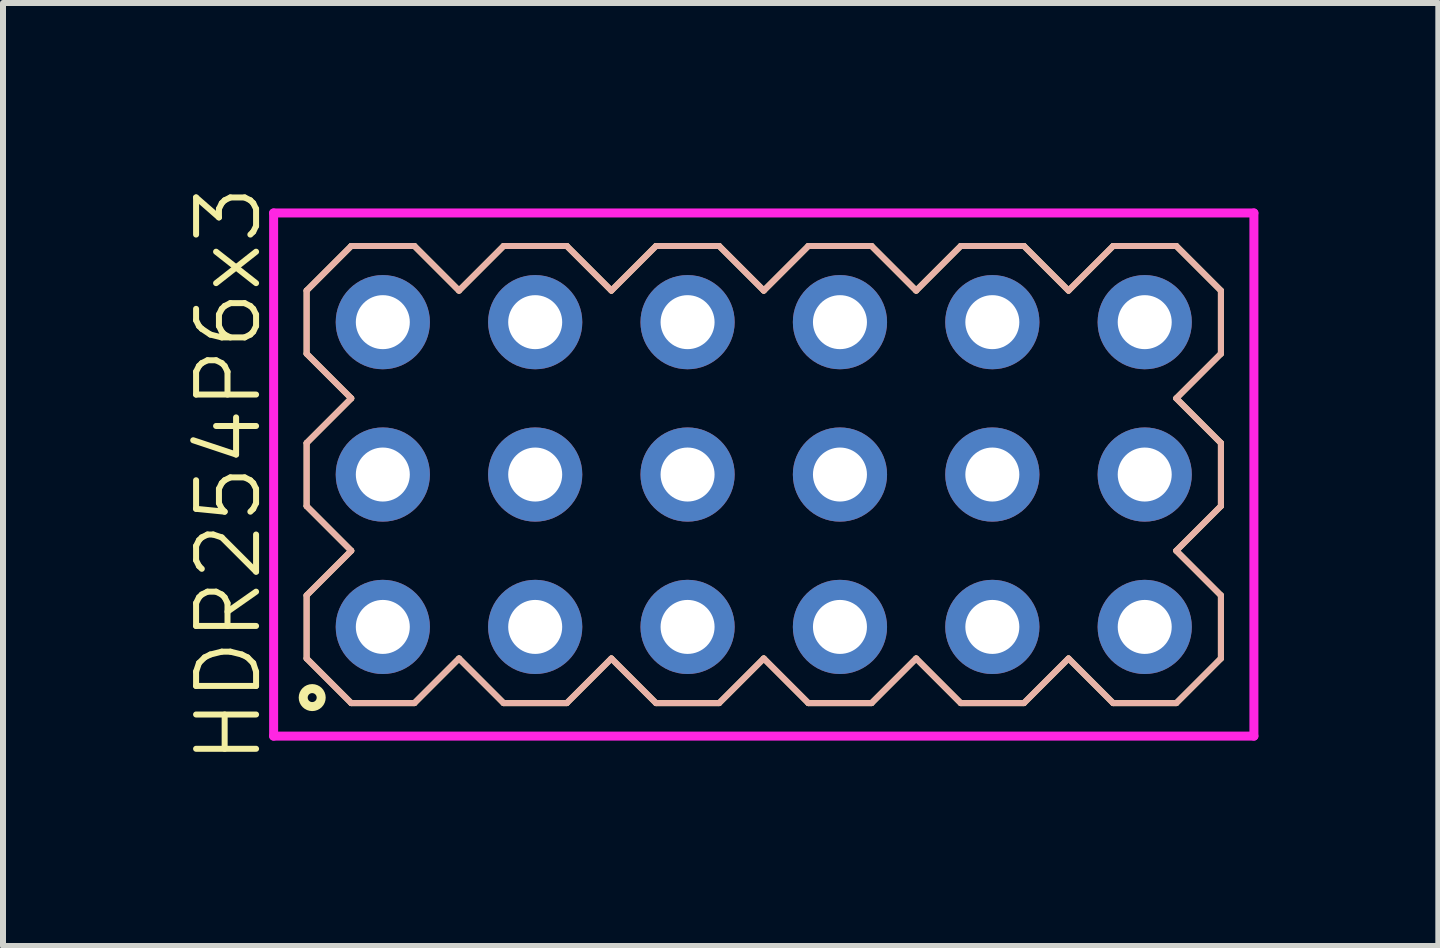
<source format=kicad_pcb>
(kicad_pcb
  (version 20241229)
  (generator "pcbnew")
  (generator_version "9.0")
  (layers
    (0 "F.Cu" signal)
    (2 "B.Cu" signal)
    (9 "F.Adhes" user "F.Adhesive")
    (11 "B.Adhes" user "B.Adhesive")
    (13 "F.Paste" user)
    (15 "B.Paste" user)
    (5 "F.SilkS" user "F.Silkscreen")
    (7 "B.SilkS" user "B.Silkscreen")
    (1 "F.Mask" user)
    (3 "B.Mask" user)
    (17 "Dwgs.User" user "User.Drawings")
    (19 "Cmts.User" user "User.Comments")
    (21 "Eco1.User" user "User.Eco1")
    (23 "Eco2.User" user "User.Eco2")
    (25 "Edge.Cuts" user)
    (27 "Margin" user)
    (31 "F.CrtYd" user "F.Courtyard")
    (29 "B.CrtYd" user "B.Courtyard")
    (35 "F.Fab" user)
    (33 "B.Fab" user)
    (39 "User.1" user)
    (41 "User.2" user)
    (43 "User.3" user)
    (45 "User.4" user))
  (footprint "HDR254P6x3"
    (layer "F.Cu")
    (at 9.681 4.86)
    (property "Reference" "HDR254P6x3" (at -8.92 0 90) (layer "F.SilkS") (effects (font (size 1 1) (thickness 0.1))))
    (attr through_hole)
    (fp_line (start -7.62 -3.066) (end -6.876 -3.81) (stroke (width 0.1) (type solid)) (layer "F.SilkS"))
    (fp_line (start -7.62 -2.014) (end -7.62 -3.066) (stroke (width 0.1) (type solid)) (layer "F.SilkS"))
    (fp_line (start -7.62 -0.526) (end -6.876 -1.27) (stroke (width 0.1) (type solid)) (layer "F.SilkS"))
    (fp_line (start -7.62 0.526) (end -7.62 -0.526) (stroke (width 0.1) (type solid)) (layer "F.SilkS"))
    (fp_line (start -7.62 2.014) (end -6.876 1.27) (stroke (width 0.1) (type solid)) (layer "F.SilkS"))
    (fp_line (start -7.62 3.066) (end -7.62 2.014) (stroke (width 0.1) (type solid)) (layer "F.SilkS"))
    (fp_line (start -6.876 -3.81) (end -5.824 -3.81) (stroke (width 0.1) (type solid)) (layer "F.SilkS"))
    (fp_line (start -6.876 -1.27) (end -7.62 -2.014) (stroke (width 0.1) (type solid)) (layer "F.SilkS"))
    (fp_line (start -6.876 1.27) (end -7.62 0.526) (stroke (width 0.1) (type solid)) (layer "F.SilkS"))
    (fp_line (start -6.876 3.81) (end -7.62 3.066) (stroke (width 0.1) (type solid)) (layer "F.SilkS"))
    (fp_line (start -5.824 -3.81) (end -5.08 -3.066) (stroke (width 0.1) (type solid)) (layer "F.SilkS"))
    (fp_line (start -5.824 3.81) (end -6.876 3.81) (stroke (width 0.1) (type solid)) (layer "F.SilkS"))
    (fp_line (start -5.08 -3.066) (end -4.336 -3.81) (stroke (width 0.1) (type solid)) (layer "F.SilkS"))
    (fp_line (start -5.08 3.066) (end -5.824 3.81) (stroke (width 0.1) (type solid)) (layer "F.SilkS"))
    (fp_line (start -4.336 -3.81) (end -3.284 -3.81) (stroke (width 0.1) (type solid)) (layer "F.SilkS"))
    (fp_line (start -4.336 3.81) (end -5.08 3.066) (stroke (width 0.1) (type solid)) (layer "F.SilkS"))
    (fp_line (start -3.284 -3.81) (end -2.54 -3.066) (stroke (width 0.1) (type solid)) (layer "F.SilkS"))
    (fp_line (start -3.284 3.81) (end -4.336 3.81) (stroke (width 0.1) (type solid)) (layer "F.SilkS"))
    (fp_line (start -2.54 -3.066) (end -1.796 -3.81) (stroke (width 0.1) (type solid)) (layer "F.SilkS"))
    (fp_line (start -2.54 3.066) (end -3.284 3.81) (stroke (width 0.1) (type solid)) (layer "F.SilkS"))
    (fp_line (start -1.796 -3.81) (end -0.744 -3.81) (stroke (width 0.1) (type solid)) (layer "F.SilkS"))
    (fp_line (start -1.796 3.81) (end -2.54 3.066) (stroke (width 0.1) (type solid)) (layer "F.SilkS"))
    (fp_line (start -0.744 -3.81) (end 0 -3.066) (stroke (width 0.1) (type solid)) (layer "F.SilkS"))
    (fp_line (start -0.744 3.81) (end -1.796 3.81) (stroke (width 0.1) (type solid)) (layer "F.SilkS"))
    (fp_line (start 0 -3.066) (end 0.744 -3.81) (stroke (width 0.1) (type solid)) (layer "F.SilkS"))
    (fp_line (start 0 3.066) (end -0.744 3.81) (stroke (width 0.1) (type solid)) (layer "F.SilkS"))
    (fp_line (start 0.744 -3.81) (end 1.796 -3.81) (stroke (width 0.1) (type solid)) (layer "F.SilkS"))
    (fp_line (start 0.744 3.81) (end 0 3.066) (stroke (width 0.1) (type solid)) (layer "F.SilkS"))
    (fp_line (start 1.796 -3.81) (end 2.54 -3.066) (stroke (width 0.1) (type solid)) (layer "F.SilkS"))
    (fp_line (start 1.796 3.81) (end 0.744 3.81) (stroke (width 0.1) (type solid)) (layer "F.SilkS"))
    (fp_line (start 2.54 -3.066) (end 3.284 -3.81) (stroke (width 0.1) (type solid)) (layer "F.SilkS"))
    (fp_line (start 2.54 3.066) (end 1.796 3.81) (stroke (width 0.1) (type solid)) (layer "F.SilkS"))
    (fp_line (start 3.284 -3.81) (end 4.336 -3.81) (stroke (width 0.1) (type solid)) (layer "F.SilkS"))
    (fp_line (start 3.284 3.81) (end 2.54 3.066) (stroke (width 0.1) (type solid)) (layer "F.SilkS"))
    (fp_line (start 4.336 -3.81) (end 5.08 -3.066) (stroke (width 0.1) (type solid)) (layer "F.SilkS"))
    (fp_line (start 4.336 3.81) (end 3.284 3.81) (stroke (width 0.1) (type solid)) (layer "F.SilkS"))
    (fp_line (start 5.08 -3.066) (end 5.824 -3.81) (stroke (width 0.1) (type solid)) (layer "F.SilkS"))
    (fp_line (start 5.08 3.066) (end 4.336 3.81) (stroke (width 0.1) (type solid)) (layer "F.SilkS"))
    (fp_line (start 5.824 -3.81) (end 6.876 -3.81) (stroke (width 0.1) (type solid)) (layer "F.SilkS"))
    (fp_line (start 5.824 3.81) (end 5.08 3.066) (stroke (width 0.1) (type solid)) (layer "F.SilkS"))
    (fp_line (start 6.876 -3.81) (end 7.62 -3.066) (stroke (width 0.1) (type solid)) (layer "F.SilkS"))
    (fp_line (start 6.876 -1.27) (end 7.62 -0.526) (stroke (width 0.1) (type solid)) (layer "F.SilkS"))
    (fp_line (start 6.876 1.27) (end 7.62 2.014) (stroke (width 0.1) (type solid)) (layer "F.SilkS"))
    (fp_line (start 6.876 3.81) (end 5.824 3.81) (stroke (width 0.1) (type solid)) (layer "F.SilkS"))
    (fp_line (start 7.62 -3.066) (end 7.62 -2.014) (stroke (width 0.1) (type solid)) (layer "F.SilkS"))
    (fp_line (start 7.62 -2.014) (end 6.876 -1.27) (stroke (width 0.1) (type solid)) (layer "F.SilkS"))
    (fp_line (start 7.62 -0.526) (end 7.62 0.526) (stroke (width 0.1) (type solid)) (layer "F.SilkS"))
    (fp_line (start 7.62 0.526) (end 6.876 1.27) (stroke (width 0.1) (type solid)) (layer "F.SilkS"))
    (fp_line (start 7.62 2.014) (end 7.62 3.066) (stroke (width 0.1) (type solid)) (layer "F.SilkS"))
    (fp_line (start 7.62 3.066) (end 6.876 3.81) (stroke (width 0.1) (type solid)) (layer "F.SilkS"))
    (fp_circle (center -7.527 3.718) (end -7.377 3.718) (stroke (width 0.15) (type solid)) (fill no) (layer "F.SilkS"))
    (fp_line (start -7.62 -3.066) (end -6.876 -3.81) (stroke (width 0.1) (type solid)) (layer "B.SilkS"))
    (fp_line (start -7.62 -2.014) (end -7.62 -3.066) (stroke (width 0.1) (type solid)) (layer "B.SilkS"))
    (fp_line (start -7.62 -0.526) (end -6.876 -1.27) (stroke (width 0.1) (type solid)) (layer "B.SilkS"))
    (fp_line (start -7.62 0.526) (end -7.62 -0.526) (stroke (width 0.1) (type solid)) (layer "B.SilkS"))
    (fp_line (start -7.62 2.014) (end -6.876 1.27) (stroke (width 0.1) (type solid)) (layer "B.SilkS"))
    (fp_line (start -7.62 3.066) (end -7.62 2.014) (stroke (width 0.1) (type solid)) (layer "B.SilkS"))
    (fp_line (start -6.876 -3.81) (end -5.824 -3.81) (stroke (width 0.1) (type solid)) (layer "B.SilkS"))
    (fp_line (start -6.876 -1.27) (end -7.62 -2.014) (stroke (width 0.1) (type solid)) (layer "B.SilkS"))
    (fp_line (start -6.876 1.27) (end -7.62 0.526) (stroke (width 0.1) (type solid)) (layer "B.SilkS"))
    (fp_line (start -6.876 3.81) (end -7.62 3.066) (stroke (width 0.1) (type solid)) (layer "B.SilkS"))
    (fp_line (start -5.824 -3.81) (end -5.08 -3.066) (stroke (width 0.1) (type solid)) (layer "B.SilkS"))
    (fp_line (start -5.824 3.81) (end -6.876 3.81) (stroke (width 0.1) (type solid)) (layer "B.SilkS"))
    (fp_line (start -5.08 -3.066) (end -4.336 -3.81) (stroke (width 0.1) (type solid)) (layer "B.SilkS"))
    (fp_line (start -5.08 3.066) (end -5.824 3.81) (stroke (width 0.1) (type solid)) (layer "B.SilkS"))
    (fp_line (start -4.336 -3.81) (end -3.284 -3.81) (stroke (width 0.1) (type solid)) (layer "B.SilkS"))
    (fp_line (start -4.336 3.81) (end -5.08 3.066) (stroke (width 0.1) (type solid)) (layer "B.SilkS"))
    (fp_line (start -3.284 -3.81) (end -2.54 -3.066) (stroke (width 0.1) (type solid)) (layer "B.SilkS"))
    (fp_line (start -3.284 3.81) (end -4.336 3.81) (stroke (width 0.1) (type solid)) (layer "B.SilkS"))
    (fp_line (start -2.54 -3.066) (end -1.796 -3.81) (stroke (width 0.1) (type solid)) (layer "B.SilkS"))
    (fp_line (start -2.54 3.066) (end -3.284 3.81) (stroke (width 0.1) (type solid)) (layer "B.SilkS"))
    (fp_line (start -1.796 -3.81) (end -0.744 -3.81) (stroke (width 0.1) (type solid)) (layer "B.SilkS"))
    (fp_line (start -1.796 3.81) (end -2.54 3.066) (stroke (width 0.1) (type solid)) (layer "B.SilkS"))
    (fp_line (start -0.744 -3.81) (end 0 -3.066) (stroke (width 0.1) (type solid)) (layer "B.SilkS"))
    (fp_line (start -0.744 3.81) (end -1.796 3.81) (stroke (width 0.1) (type solid)) (layer "B.SilkS"))
    (fp_line (start 0 -3.066) (end 0.744 -3.81) (stroke (width 0.1) (type solid)) (layer "B.SilkS"))
    (fp_line (start 0 3.066) (end -0.744 3.81) (stroke (width 0.1) (type solid)) (layer "B.SilkS"))
    (fp_line (start 0.744 -3.81) (end 1.796 -3.81) (stroke (width 0.1) (type solid)) (layer "B.SilkS"))
    (fp_line (start 0.744 3.81) (end 0 3.066) (stroke (width 0.1) (type solid)) (layer "B.SilkS"))
    (fp_line (start 1.796 -3.81) (end 2.54 -3.066) (stroke (width 0.1) (type solid)) (layer "B.SilkS"))
    (fp_line (start 1.796 3.81) (end 0.744 3.81) (stroke (width 0.1) (type solid)) (layer "B.SilkS"))
    (fp_line (start 2.54 -3.066) (end 3.284 -3.81) (stroke (width 0.1) (type solid)) (layer "B.SilkS"))
    (fp_line (start 2.54 3.066) (end 1.796 3.81) (stroke (width 0.1) (type solid)) (layer "B.SilkS"))
    (fp_line (start 3.284 -3.81) (end 4.336 -3.81) (stroke (width 0.1) (type solid)) (layer "B.SilkS"))
    (fp_line (start 3.284 3.81) (end 2.54 3.066) (stroke (width 0.1) (type solid)) (layer "B.SilkS"))
    (fp_line (start 4.336 -3.81) (end 5.08 -3.066) (stroke (width 0.1) (type solid)) (layer "B.SilkS"))
    (fp_line (start 4.336 3.81) (end 3.284 3.81) (stroke (width 0.1) (type solid)) (layer "B.SilkS"))
    (fp_line (start 5.08 -3.066) (end 5.824 -3.81) (stroke (width 0.1) (type solid)) (layer "B.SilkS"))
    (fp_line (start 5.08 3.066) (end 4.336 3.81) (stroke (width 0.1) (type solid)) (layer "B.SilkS"))
    (fp_line (start 5.824 -3.81) (end 6.876 -3.81) (stroke (width 0.1) (type solid)) (layer "B.SilkS"))
    (fp_line (start 5.824 3.81) (end 5.08 3.066) (stroke (width 0.1) (type solid)) (layer "B.SilkS"))
    (fp_line (start 6.876 -3.81) (end 7.62 -3.066) (stroke (width 0.1) (type solid)) (layer "B.SilkS"))
    (fp_line (start 6.876 -1.27) (end 7.62 -0.526) (stroke (width 0.1) (type solid)) (layer "B.SilkS"))
    (fp_line (start 6.876 1.27) (end 7.62 2.014) (stroke (width 0.1) (type solid)) (layer "B.SilkS"))
    (fp_line (start 6.876 3.81) (end 5.824 3.81) (stroke (width 0.1) (type solid)) (layer "B.SilkS"))
    (fp_line (start 7.62 -3.066) (end 7.62 -2.014) (stroke (width 0.1) (type solid)) (layer "B.SilkS"))
    (fp_line (start 7.62 -2.014) (end 6.876 -1.27) (stroke (width 0.1) (type solid)) (layer "B.SilkS"))
    (fp_line (start 7.62 -0.526) (end 7.62 0.526) (stroke (width 0.1) (type solid)) (layer "B.SilkS"))
    (fp_line (start 7.62 0.526) (end 6.876 1.27) (stroke (width 0.1) (type solid)) (layer "B.SilkS"))
    (fp_line (start 7.62 2.014) (end 7.62 3.066) (stroke (width 0.1) (type solid)) (layer "B.SilkS"))
    (fp_line (start 7.62 3.066) (end 6.876 3.81) (stroke (width 0.1) (type solid)) (layer "B.SilkS"))
    (fp_line (start -8.17 -4.36) (end -8.17 4.36) (stroke (width 0.15) (type solid)) (layer "F.CrtYd"))
    (fp_line (start -8.17 4.36) (end 8.17 4.36) (stroke (width 0.15) (type solid)) (layer "F.CrtYd"))
    (fp_line (start 8.17 -4.36) (end -8.17 -4.36) (stroke (width 0.15) (type solid)) (layer "F.CrtYd"))
    (fp_line (start 8.17 4.36) (end 8.17 -4.36) (stroke (width 0.15) (type solid)) (layer "F.CrtYd"))
    (pad "1" thru_hole oval (at -6.35 2.54) (size 1.57 1.57) (drill 0.9) (layers "*.Cu"))
    (pad "2" thru_hole oval (at -6.35 0) (size 1.57 1.57) (drill 0.9) (layers "*.Cu"))
    (pad "3" thru_hole oval (at -6.35 -2.54) (size 1.57 1.57) (drill 0.9) (layers "*.Cu"))
    (pad "4" thru_hole oval (at -3.81 2.54) (size 1.57 1.57) (drill 0.9) (layers "*.Cu"))
    (pad "5" thru_hole oval (at -3.81 0) (size 1.57 1.57) (drill 0.9) (layers "*.Cu"))
    (pad "6" thru_hole oval (at -3.81 -2.54) (size 1.57 1.57) (drill 0.9) (layers "*.Cu"))
    (pad "7" thru_hole oval (at -1.27 2.54) (size 1.57 1.57) (drill 0.9) (layers "*.Cu"))
    (pad "8" thru_hole oval (at -1.27 0) (size 1.57 1.57) (drill 0.9) (layers "*.Cu"))
    (pad "9" thru_hole oval (at -1.27 -2.54) (size 1.57 1.57) (drill 0.9) (layers "*.Cu"))
    (pad "10" thru_hole oval (at 1.27 2.54) (size 1.57 1.57) (drill 0.9) (layers "*.Cu"))
    (pad "11" thru_hole oval (at 1.27 0) (size 1.57 1.57) (drill 0.9) (layers "*.Cu"))
    (pad "12" thru_hole oval (at 1.27 -2.54) (size 1.57 1.57) (drill 0.9) (layers "*.Cu"))
    (pad "13" thru_hole oval (at 3.81 2.54) (size 1.57 1.57) (drill 0.9) (layers "*.Cu"))
    (pad "14" thru_hole oval (at 3.81 0) (size 1.57 1.57) (drill 0.9) (layers "*.Cu"))
    (pad "15" thru_hole oval (at 3.81 -2.54) (size 1.57 1.57) (drill 0.9) (layers "*.Cu"))
    (pad "16" thru_hole oval (at 6.35 2.54) (size 1.57 1.57) (drill 0.9) (layers "*.Cu"))
    (pad "17" thru_hole oval (at 6.35 0) (size 1.57 1.57) (drill 0.9) (layers "*.Cu"))
    (pad "18" thru_hole oval (at 6.35 -2.54) (size 1.57 1.57) (drill 0.9) (layers "*.Cu")))
  (gr_rect
    (start -3 -3)
    (end 20.925 12.719)
    (stroke (width 0.1) (type default))
    (fill no)
    (layer "Edge.Cuts")))
</source>
